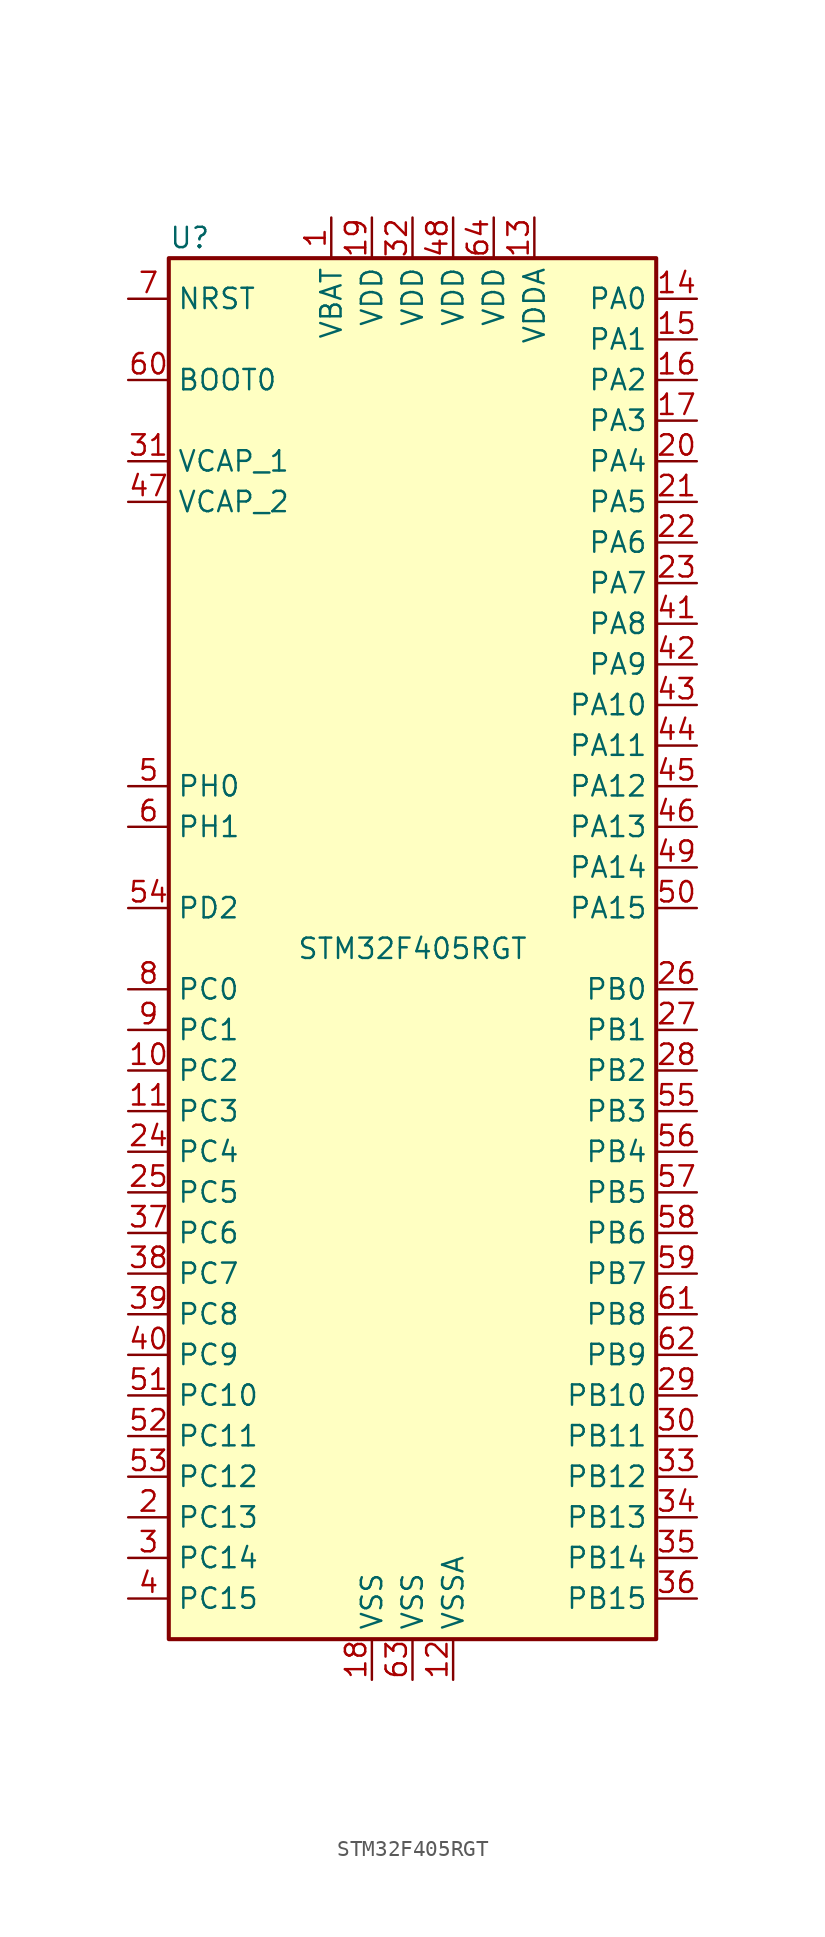
<source format=kicad_sym>
(kicad_symbol_lib
  (version 20211014)
  (generator kicad_symbol_editor)
  (symbol "STM32F405RGT"
    (property "Reference" "U"
      (at -15.24 44.45 0)
      (effects (font (size 1.27 1.27)) (justify left)))
    (property "Value" "STM32F405RGT"
      (at 0 0 0)
      (effects (font (size 1.27 1.27))))
    (symbol "STM32F405RGT_0_1"
      (rectangle (start -15.24 -43.18) (end 15.24 43.18) (stroke (width 0.254) (type default) (color 0 0 0 0)) (fill (type background))))
    (symbol "STM32F405RGT_1_1"
      (pin power_in line (at -5.08 45.72 270) (length 2.54) (name "VBAT" (effects (font (size 1.27 1.27)))) (number "1" (effects (font (size 1.27 1.27)))))
      (pin bidirectional line (at -17.78 -7.62 0) (length 2.54) (name "PC2" (effects (font (size 1.27 1.27)))) (number "10" (effects (font (size 1.27 1.27)))))
      (pin bidirectional line (at -17.78 -10.16 0) (length 2.54) (name "PC3" (effects (font (size 1.27 1.27)))) (number "11" (effects (font (size 1.27 1.27)))))
      (pin power_in line (at 2.54 -45.72 90) (length 2.54) (name "VSSA" (effects (font (size 1.27 1.27)))) (number "12" (effects (font (size 1.27 1.27)))))
      (pin power_in line (at 7.62 45.72 270) (length 2.54) (name "VDDA" (effects (font (size 1.27 1.27)))) (number "13" (effects (font (size 1.27 1.27)))))
      (pin bidirectional line (at 17.78 40.64 180) (length 2.54) (name "PA0" (effects (font (size 1.27 1.27)))) (number "14" (effects (font (size 1.27 1.27)))))
      (pin bidirectional line (at 17.78 38.1 180) (length 2.54) (name "PA1" (effects (font (size 1.27 1.27)))) (number "15" (effects (font (size 1.27 1.27)))))
      (pin bidirectional line (at 17.78 35.56 180) (length 2.54) (name "PA2" (effects (font (size 1.27 1.27)))) (number "16" (effects (font (size 1.27 1.27)))))
      (pin bidirectional line (at 17.78 33.02 180) (length 2.54) (name "PA3" (effects (font (size 1.27 1.27)))) (number "17" (effects (font (size 1.27 1.27)))))
      (pin power_in line (at -2.54 -45.72 90) (length 2.54) (name "VSS" (effects (font (size 1.27 1.27)))) (number "18" (effects (font (size 1.27 1.27)))))
      (pin power_in line (at -2.54 45.72 270) (length 2.54) (name "VDD" (effects (font (size 1.27 1.27)))) (number "19" (effects (font (size 1.27 1.27)))))
      (pin bidirectional line (at -17.78 -35.56 0) (length 2.54) (name "PC13" (effects (font (size 1.27 1.27)))) (number "2" (effects (font (size 1.27 1.27)))))
      (pin bidirectional line (at 17.78 30.48 180) (length 2.54) (name "PA4" (effects (font (size 1.27 1.27)))) (number "20" (effects (font (size 1.27 1.27)))))
      (pin bidirectional line (at 17.78 27.94 180) (length 2.54) (name "PA5" (effects (font (size 1.27 1.27)))) (number "21" (effects (font (size 1.27 1.27)))))
      (pin bidirectional line (at 17.78 25.4 180) (length 2.54) (name "PA6" (effects (font (size 1.27 1.27)))) (number "22" (effects (font (size 1.27 1.27)))))
      (pin bidirectional line (at 17.78 22.86 180) (length 2.54) (name "PA7" (effects (font (size 1.27 1.27)))) (number "23" (effects (font (size 1.27 1.27)))))
      (pin bidirectional line (at -17.78 -12.7 0) (length 2.54) (name "PC4" (effects (font (size 1.27 1.27)))) (number "24" (effects (font (size 1.27 1.27)))))
      (pin bidirectional line (at -17.78 -15.24 0) (length 2.54) (name "PC5" (effects (font (size 1.27 1.27)))) (number "25" (effects (font (size 1.27 1.27)))))
      (pin bidirectional line (at 17.78 -2.54 180) (length 2.54) (name "PB0" (effects (font (size 1.27 1.27)))) (number "26" (effects (font (size 1.27 1.27)))))
      (pin bidirectional line (at 17.78 -5.08 180) (length 2.54) (name "PB1" (effects (font (size 1.27 1.27)))) (number "27" (effects (font (size 1.27 1.27)))))
      (pin bidirectional line (at 17.78 -7.62 180) (length 2.54) (name "PB2" (effects (font (size 1.27 1.27)))) (number "28" (effects (font (size 1.27 1.27)))))
      (pin bidirectional line (at 17.78 -27.94 180) (length 2.54) (name "PB10" (effects (font (size 1.27 1.27)))) (number "29" (effects (font (size 1.27 1.27)))))
      (pin bidirectional line (at -17.78 -38.1 0) (length 2.54) (name "PC14" (effects (font (size 1.27 1.27)))) (number "3" (effects (font (size 1.27 1.27)))))
      (pin bidirectional line (at 17.78 -30.48 180) (length 2.54) (name "PB11" (effects (font (size 1.27 1.27)))) (number "30" (effects (font (size 1.27 1.27)))))
      (pin power_in line (at -17.78 30.48 0) (length 2.54) (name "VCAP_1" (effects (font (size 1.27 1.27)))) (number "31" (effects (font (size 1.27 1.27)))))
      (pin power_in line (at 0 45.72 270) (length 2.54) (name "VDD" (effects (font (size 1.27 1.27)))) (number "32" (effects (font (size 1.27 1.27)))))
      (pin bidirectional line (at 17.78 -33.02 180) (length 2.54) (name "PB12" (effects (font (size 1.27 1.27)))) (number "33" (effects (font (size 1.27 1.27)))))
      (pin bidirectional line (at 17.78 -35.56 180) (length 2.54) (name "PB13" (effects (font (size 1.27 1.27)))) (number "34" (effects (font (size 1.27 1.27)))))
      (pin bidirectional line (at 17.78 -38.1 180) (length 2.54) (name "PB14" (effects (font (size 1.27 1.27)))) (number "35" (effects (font (size 1.27 1.27)))))
      (pin bidirectional line (at 17.78 -40.64 180) (length 2.54) (name "PB15" (effects (font (size 1.27 1.27)))) (number "36" (effects (font (size 1.27 1.27)))))
      (pin bidirectional line (at -17.78 -17.78 0) (length 2.54) (name "PC6" (effects (font (size 1.27 1.27)))) (number "37" (effects (font (size 1.27 1.27)))))
      (pin bidirectional line (at -17.78 -20.32 0) (length 2.54) (name "PC7" (effects (font (size 1.27 1.27)))) (number "38" (effects (font (size 1.27 1.27)))))
      (pin bidirectional line (at -17.78 -22.86 0) (length 2.54) (name "PC8" (effects (font (size 1.27 1.27)))) (number "39" (effects (font (size 1.27 1.27)))))
      (pin bidirectional line (at -17.78 -40.64 0) (length 2.54) (name "PC15" (effects (font (size 1.27 1.27)))) (number "4" (effects (font (size 1.27 1.27)))))
      (pin bidirectional line (at -17.78 -25.4 0) (length 2.54) (name "PC9" (effects (font (size 1.27 1.27)))) (number "40" (effects (font (size 1.27 1.27)))))
      (pin bidirectional line (at 17.78 20.32 180) (length 2.54) (name "PA8" (effects (font (size 1.27 1.27)))) (number "41" (effects (font (size 1.27 1.27)))))
      (pin bidirectional line (at 17.78 17.78 180) (length 2.54) (name "PA9" (effects (font (size 1.27 1.27)))) (number "42" (effects (font (size 1.27 1.27)))))
      (pin bidirectional line (at 17.78 15.24 180) (length 2.54) (name "PA10" (effects (font (size 1.27 1.27)))) (number "43" (effects (font (size 1.27 1.27)))))
      (pin bidirectional line (at 17.78 12.7 180) (length 2.54) (name "PA11" (effects (font (size 1.27 1.27)))) (number "44" (effects (font (size 1.27 1.27)))))
      (pin bidirectional line (at 17.78 10.16 180) (length 2.54) (name "PA12" (effects (font (size 1.27 1.27)))) (number "45" (effects (font (size 1.27 1.27)))))
      (pin bidirectional line (at 17.78 7.62 180) (length 2.54) (name "PA13" (effects (font (size 1.27 1.27)))) (number "46" (effects (font (size 1.27 1.27)))))
      (pin power_in line (at -17.78 27.94 0) (length 2.54) (name "VCAP_2" (effects (font (size 1.27 1.27)))) (number "47" (effects (font (size 1.27 1.27)))))
      (pin power_in line (at 2.54 45.72 270) (length 2.54) (name "VDD" (effects (font (size 1.27 1.27)))) (number "48" (effects (font (size 1.27 1.27)))))
      (pin bidirectional line (at 17.78 5.08 180) (length 2.54) (name "PA14" (effects (font (size 1.27 1.27)))) (number "49" (effects (font (size 1.27 1.27)))))
      (pin input line (at -17.78 10.16 0) (length 2.54) (name "PH0" (effects (font (size 1.27 1.27)))) (number "5" (effects (font (size 1.27 1.27)))))
      (pin bidirectional line (at 17.78 2.54 180) (length 2.54) (name "PA15" (effects (font (size 1.27 1.27)))) (number "50" (effects (font (size 1.27 1.27)))))
      (pin bidirectional line (at -17.78 -27.94 0) (length 2.54) (name "PC10" (effects (font (size 1.27 1.27)))) (number "51" (effects (font (size 1.27 1.27)))))
      (pin bidirectional line (at -17.78 -30.48 0) (length 2.54) (name "PC11" (effects (font (size 1.27 1.27)))) (number "52" (effects (font (size 1.27 1.27)))))
      (pin bidirectional line (at -17.78 -33.02 0) (length 2.54) (name "PC12" (effects (font (size 1.27 1.27)))) (number "53" (effects (font (size 1.27 1.27)))))
      (pin bidirectional line (at -17.78 2.54 0) (length 2.54) (name "PD2" (effects (font (size 1.27 1.27)))) (number "54" (effects (font (size 1.27 1.27)))))
      (pin bidirectional line (at 17.78 -10.16 180) (length 2.54) (name "PB3" (effects (font (size 1.27 1.27)))) (number "55" (effects (font (size 1.27 1.27)))))
      (pin bidirectional line (at 17.78 -12.7 180) (length 2.54) (name "PB4" (effects (font (size 1.27 1.27)))) (number "56" (effects (font (size 1.27 1.27)))))
      (pin bidirectional line (at 17.78 -15.24 180) (length 2.54) (name "PB5" (effects (font (size 1.27 1.27)))) (number "57" (effects (font (size 1.27 1.27)))))
      (pin bidirectional line (at 17.78 -17.78 180) (length 2.54) (name "PB6" (effects (font (size 1.27 1.27)))) (number "58" (effects (font (size 1.27 1.27)))))
      (pin bidirectional line (at 17.78 -20.32 180) (length 2.54) (name "PB7" (effects (font (size 1.27 1.27)))) (number "59" (effects (font (size 1.27 1.27)))))
      (pin input line (at -17.78 7.62 0) (length 2.54) (name "PH1" (effects (font (size 1.27 1.27)))) (number "6" (effects (font (size 1.27 1.27)))))
      (pin input line (at -17.78 35.56 0) (length 2.54) (name "BOOT0" (effects (font (size 1.27 1.27)))) (number "60" (effects (font (size 1.27 1.27)))))
      (pin bidirectional line (at 17.78 -22.86 180) (length 2.54) (name "PB8" (effects (font (size 1.27 1.27)))) (number "61" (effects (font (size 1.27 1.27)))))
      (pin bidirectional line (at 17.78 -25.4 180) (length 2.54) (name "PB9" (effects (font (size 1.27 1.27)))) (number "62" (effects (font (size 1.27 1.27)))))
      (pin power_in line (at 0 -45.72 90) (length 2.54) (name "VSS" (effects (font (size 1.27 1.27)))) (number "63" (effects (font (size 1.27 1.27)))))
      (pin power_in line (at 5.08 45.72 270) (length 2.54) (name "VDD" (effects (font (size 1.27 1.27)))) (number "64" (effects (font (size 1.27 1.27)))))
      (pin input line (at -17.78 40.64 0) (length 2.54) (name "NRST" (effects (font (size 1.27 1.27)))) (number "7" (effects (font (size 1.27 1.27)))))
      (pin bidirectional line (at -17.78 -2.54 0) (length 2.54) (name "PC0" (effects (font (size 1.27 1.27)))) (number "8" (effects (font (size 1.27 1.27)))))
      (pin bidirectional line (at -17.78 -5.08 0) (length 2.54) (name "PC1" (effects (font (size 1.27 1.27)))) (number "9" (effects (font (size 1.27 1.27))))))))
</source>
